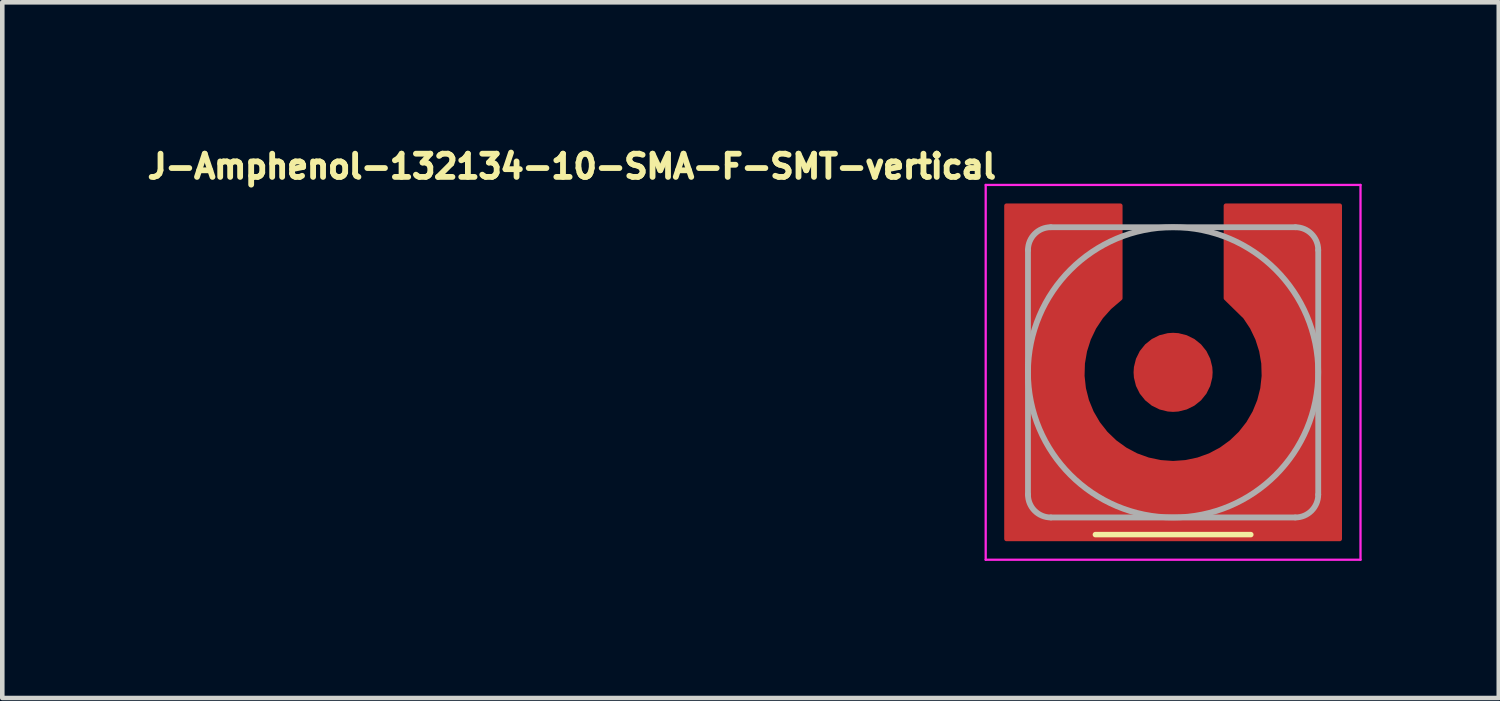
<source format=kicad_pcb>
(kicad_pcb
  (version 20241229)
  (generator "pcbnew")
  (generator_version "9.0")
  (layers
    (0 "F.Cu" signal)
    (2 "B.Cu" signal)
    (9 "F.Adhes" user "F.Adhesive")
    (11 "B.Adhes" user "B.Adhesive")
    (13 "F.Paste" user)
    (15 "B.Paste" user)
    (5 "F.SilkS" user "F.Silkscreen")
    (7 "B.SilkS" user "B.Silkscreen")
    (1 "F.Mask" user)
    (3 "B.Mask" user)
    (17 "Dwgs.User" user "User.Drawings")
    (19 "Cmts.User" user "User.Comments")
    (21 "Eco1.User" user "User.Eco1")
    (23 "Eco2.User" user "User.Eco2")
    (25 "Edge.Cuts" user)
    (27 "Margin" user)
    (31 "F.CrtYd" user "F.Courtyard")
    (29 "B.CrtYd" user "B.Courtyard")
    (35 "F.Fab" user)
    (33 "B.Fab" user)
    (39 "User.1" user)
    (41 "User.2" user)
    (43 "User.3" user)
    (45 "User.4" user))
  (footprint "J-Amphenol-132134-10-SMA-F-SMT-vertical"
    (layer "F.Cu")
    (at 22.615 5.096)
    (property "Reference" "J-Amphenol-132134-10-SMA-F-SMT-vertical" (at -3.806 -4.207 180) (layer "F.SilkS") (effects (font (size 0.508 0.508) (thickness 0.127)) (justify right bottom)))
    (fp_poly (pts (xy -1.156 -1.622) (xy -1.392 -1.42) (xy -1.576 -1.214) (xy -1.729 -0.983) (xy -1.848 -0.734) (xy -1.932 -0.47) (xy -1.979 -0.198) (xy -1.987 0.079) (xy -1.957 0.354) (xy -1.889 0.622) (xy -1.784 0.878) (xy -1.645 1.117) (xy -1.474 1.335) (xy -1.275 1.526) (xy -1.051 1.688) (xy -0.807 1.818) (xy -0.547 1.912) (xy -0.276 1.969) (xy 0 1.989) (xy 0.276 1.969) (xy 0.547 1.912) (xy 0.807 1.818) (xy 1.051 1.688) (xy 1.275 1.526) (xy 1.474 1.335) (xy 1.645 1.117) (xy 1.784 0.878) (xy 1.889 0.622) (xy 1.957 0.354) (xy 1.987 0.079) (xy 1.979 -0.198) (xy 1.932 -0.47) (xy 1.848 -0.734) (xy 1.729 -0.983) (xy 1.577 -1.212) (xy 1.156 -1.624) (xy 1.156 -3.645) (xy 3.645 -3.645) (xy 3.645 3.645) (xy -3.645 3.645) (xy -3.645 -3.645) (xy -1.156 -3.645)) (stroke (width 0.1) (type solid)) (fill yes) (layer "F.Cu"))
    (fp_poly (pts (xy -3.81 3.81) (xy -1.205 3.81) (xy -1.27 -3.81) (xy -3.81 -3.81)) (stroke (width 0.1) (type solid)) (fill yes) (layer "F.Mask"))
    (fp_poly (pts (xy 1.27 3.81) (xy 3.81 3.81) (xy 3.81 -3.81) (xy 1.27 -3.81)) (stroke (width 0.1) (type solid)) (fill yes) (layer "F.Mask"))
    (fp_line (start -1.7 3.55) (end 1.7 3.55) (stroke (width 0.12) (type solid)) (layer "F.SilkS"))
    (fp_poly (pts (xy -3.53 3.45) (xy -1.676 3.45) (xy -1.676 1.596) (xy -3.53 1.596)) (stroke (width 0.1) (type solid)) (fill yes) (layer "F.Paste"))
    (fp_poly (pts (xy -3.5 -1.6) (xy -1.646 -1.6) (xy -1.646 -3.454) (xy -3.5 -3.454)) (stroke (width 0.1) (type solid)) (fill yes) (layer "F.Paste"))
    (fp_poly (pts (xy 1.57 -1.6) (xy 3.424 -1.6) (xy 3.424 -3.454) (xy 1.57 -3.454)) (stroke (width 0.1) (type solid)) (fill yes) (layer "F.Paste"))
    (fp_poly (pts (xy 1.57 3.4) (xy 3.424 3.4) (xy 3.424 1.546) (xy 1.57 1.546)) (stroke (width 0.1) (type solid)) (fill yes) (layer "F.Paste"))
    (fp_line (start -4.1 -4.1) (end 4.1 -4.1) (stroke (width 0.05) (type solid)) (layer "F.CrtYd"))
    (fp_line (start -4.1 4.1) (end -4.1 -4.1) (stroke (width 0.05) (type solid)) (layer "F.CrtYd"))
    (fp_line (start 4.1 -4.1) (end 4.1 4.1) (stroke (width 0.05) (type solid)) (layer "F.CrtYd"))
    (fp_line (start 4.1 4.1) (end -4.1 4.1) (stroke (width 0.05) (type solid)) (layer "F.CrtYd"))
    (fp_line (start -3.175 2.675) (end -3.175 -2.675) (stroke (width 0.127) (type solid)) (layer "F.Fab"))
    (fp_line (start -2.675 -3.175) (end 2.675 -3.175) (stroke (width 0.127) (type solid)) (layer "F.Fab"))
    (fp_line (start 2.675 3.175) (end -2.675 3.175) (stroke (width 0.127) (type solid)) (layer "F.Fab"))
    (fp_line (start 3.175 -2.675) (end 3.175 2.675) (stroke (width 0.127) (type solid)) (layer "F.Fab"))
    (fp_arc (start -3.175 -2.675) (mid -3.028553 -3.028553) (end -2.675 -3.175) (stroke (width 0.127) (type solid)) (layer "F.Fab"))
    (fp_arc (start -2.675 3.175) (mid -3.028553 3.028553) (end -3.175 2.675) (stroke (width 0.127) (type solid)) (layer "F.Fab"))
    (fp_arc (start 2.675 -3.175) (mid 3.028553 -3.028553) (end 3.175 -2.675) (stroke (width 0.127) (type solid)) (layer "F.Fab"))
    (fp_arc (start 3.175 2.675) (mid 3.028553 3.028553) (end 2.675 3.175) (stroke (width 0.127) (type solid)) (layer "F.Fab"))
    (fp_circle (center 0 0) (end 3.175 0) (stroke (width 0.127) (type solid)) (fill no) (layer "F.Fab"))
    (pad "CENTER" smd roundrect (at 0 0) (size 1.73 1.73) (layers "F.Cu" "F.Mask" "F.Paste") (roundrect_rratio 0.5)))
  (gr_rect
    (start -3 -3)
    (end 29.74 12.221)
    (stroke (width 0.1) (type default))
    (fill no)
    (layer "Edge.Cuts")))
</source>
